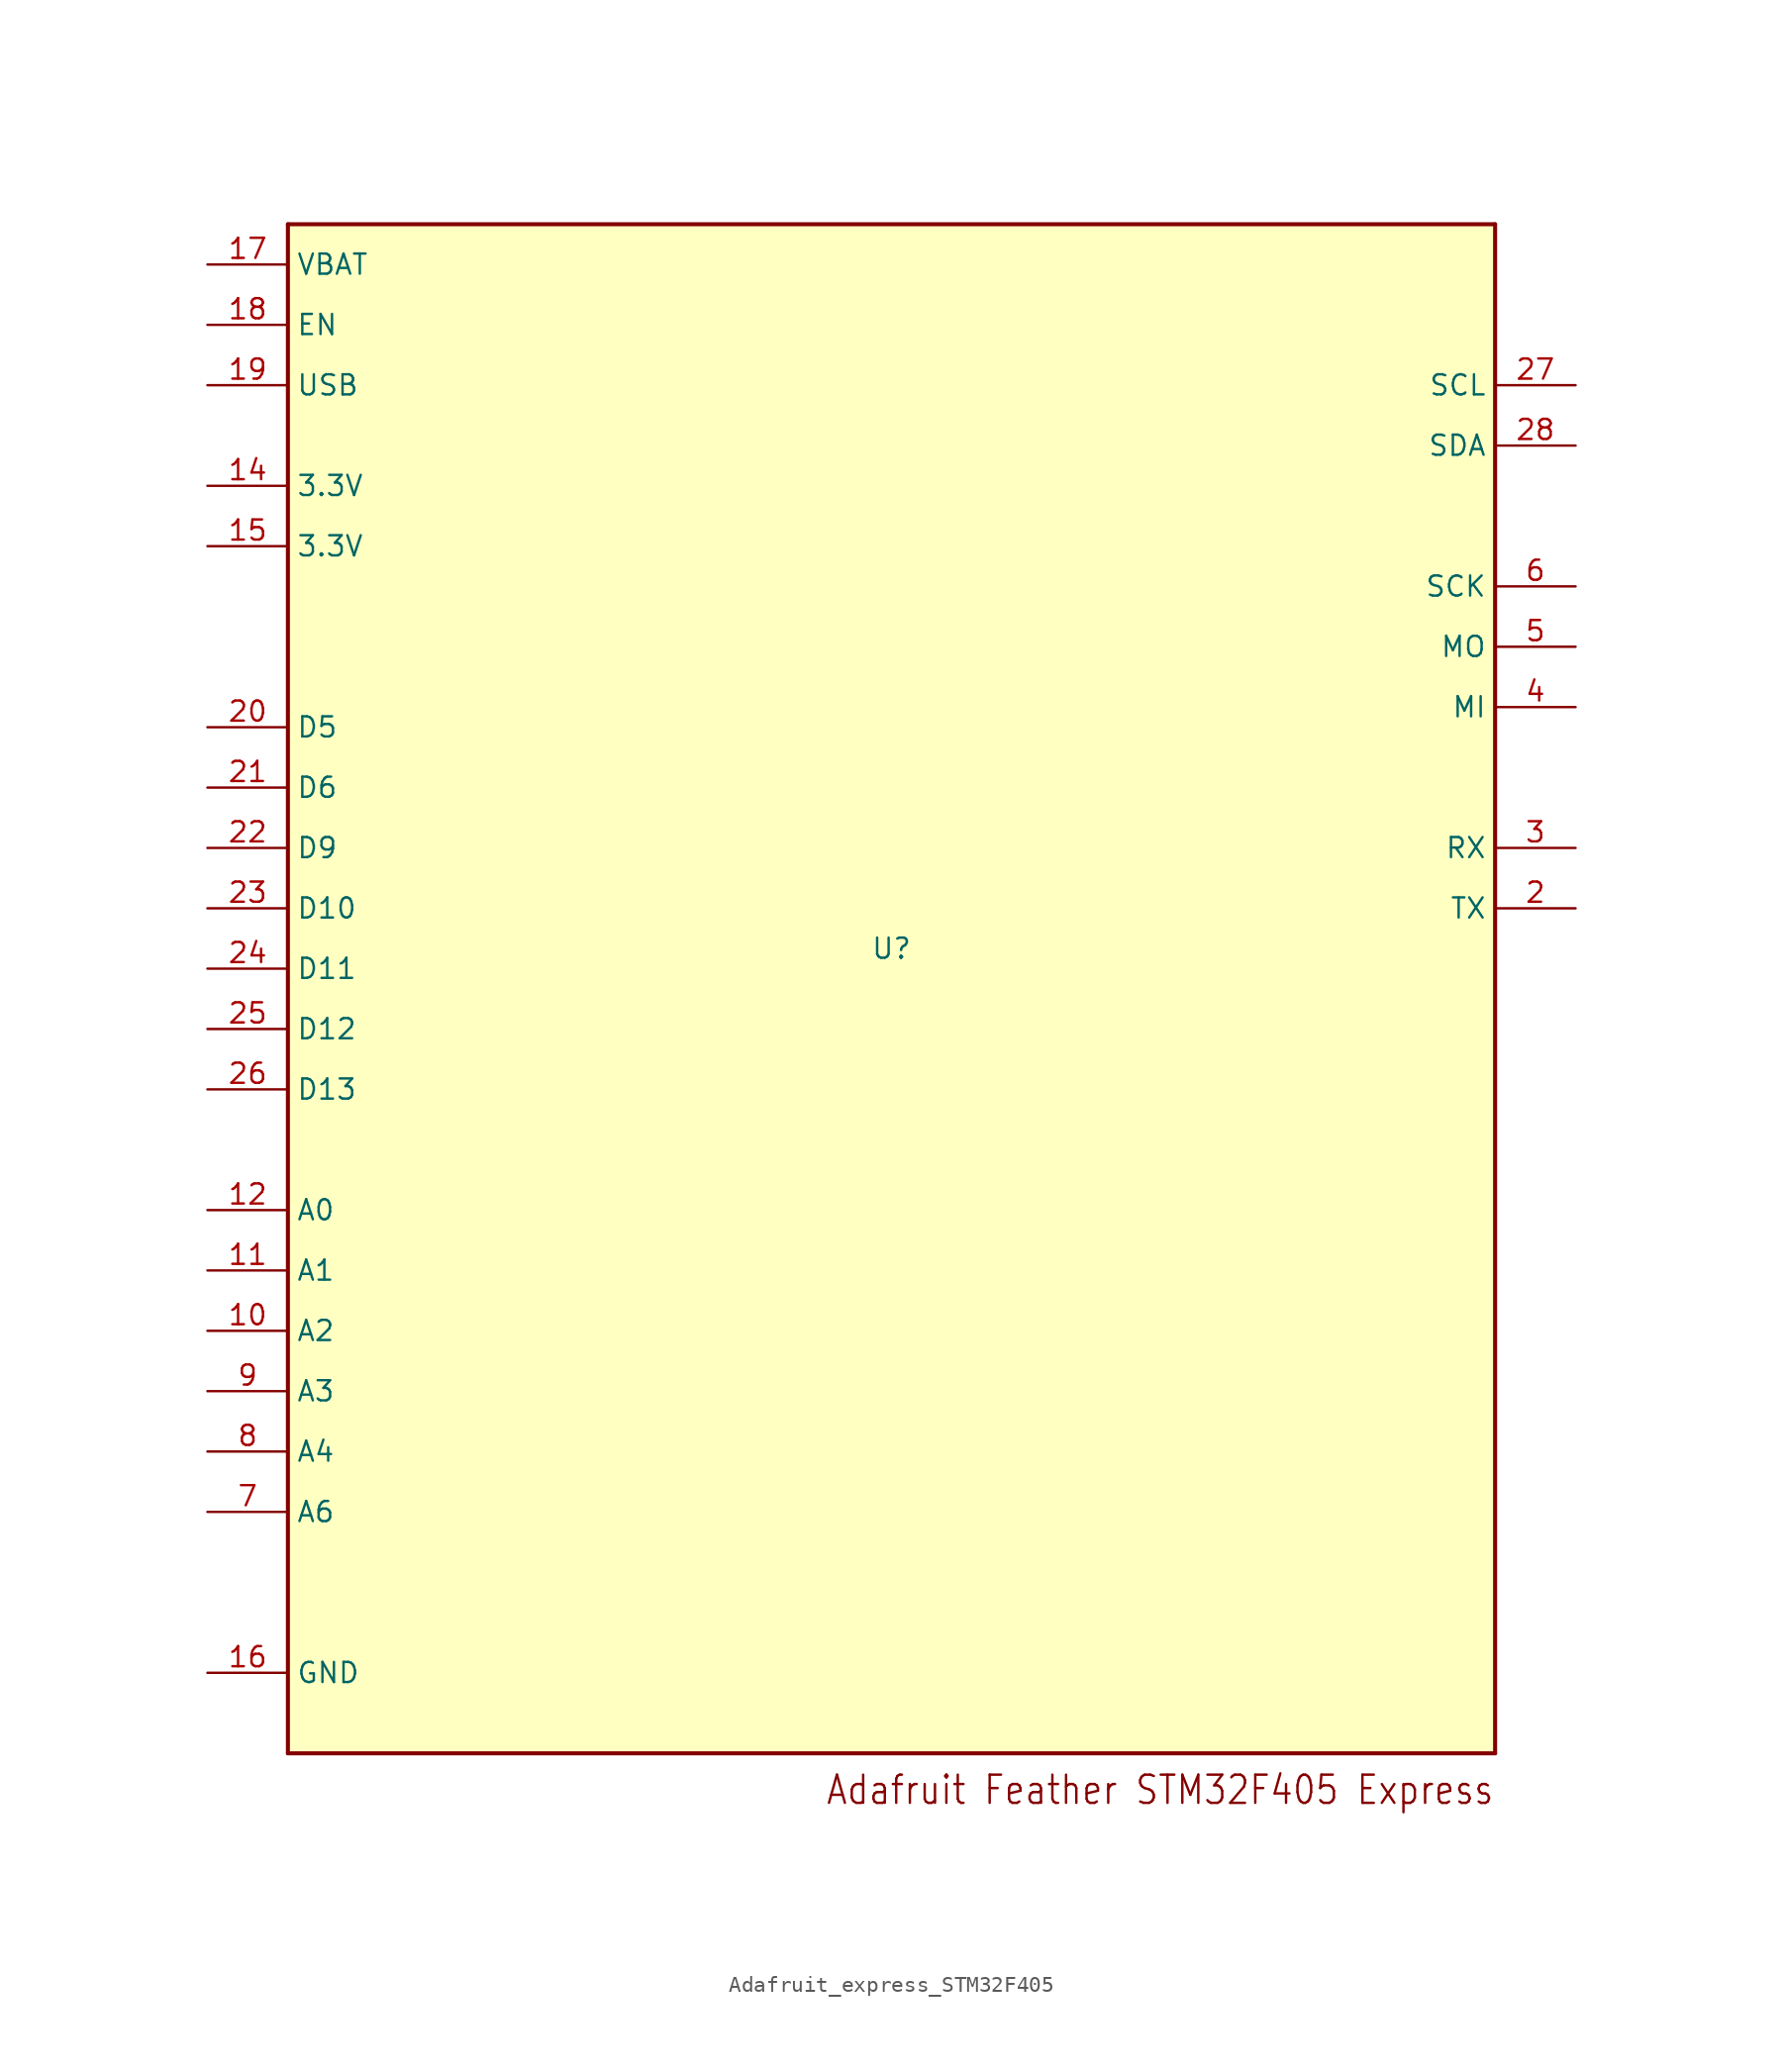
<source format=kicad_sym>
(kicad_symbol_lib
  (version 20220914)
  (generator kicad_symbol_editor)
  (symbol "Adafruit_express_STM32F405"
    (property "Reference" "U"
      (at 0 0 0)
      (effects (font (size 1.27 1.27))))
    (property "Value" ""
      (at 0 0 0)
      (effects (font (size 1.27 1.27))))
    (symbol "Adafruit_express_STM32F405_1_0"
      (polyline (pts (xy -38.1 -50.8) (xy -38.1 45.72)) (stroke (width 0.254) (type solid)) (fill (type none)))
      (polyline (pts (xy -38.1 45.72) (xy 38.1 45.72)) (stroke (width 0.254) (type solid)) (fill (type none)))
      (polyline (pts (xy 38.1 -50.8) (xy -38.1 -50.8)) (stroke (width 0.254) (type solid)) (fill (type none)))
      (polyline (pts (xy 38.1 45.72) (xy 38.1 -50.8)) (stroke (width 0.254) (type solid)) (fill (type none)))
      (text "Adafruit Feather STM32F405 Express\n" (at 38.1 -52.07 0) (effects (font (size 1.778 1.511)) (justify right top)))
      (pin bidirectional line (at -43.18 -24.13 0) (length 5.08) (name "A2" (effects (font (size 1.27 1.27)))) (number "10" (effects (font (size 1.27 1.27)))))
      (pin bidirectional line (at -43.18 -20.32 0) (length 5.08) (name "A1" (effects (font (size 1.27 1.27)))) (number "11" (effects (font (size 1.27 1.27)))))
      (pin bidirectional line (at -43.18 -16.51 0) (length 5.08) (name "A0" (effects (font (size 1.27 1.27)))) (number "12" (effects (font (size 1.27 1.27)))))
      (pin bidirectional line (at -43.18 29.21 0) (length 5.08) (name "3.3V" (effects (font (size 1.27 1.27)))) (number "14" (effects (font (size 1.27 1.27)))))
      (pin bidirectional line (at -43.18 25.4 0) (length 5.08) (name "3.3V" (effects (font (size 1.27 1.27)))) (number "15" (effects (font (size 1.27 1.27)))))
      (pin bidirectional line (at -43.18 -45.72 0) (length 5.08) (name "GND" (effects (font (size 1.27 1.27)))) (number "16" (effects (font (size 1.27 1.27)))))
      (pin bidirectional line (at -43.18 43.18 0) (length 5.08) (name "VBAT" (effects (font (size 1.27 1.27)))) (number "17" (effects (font (size 1.27 1.27)))))
      (pin bidirectional line (at -43.18 39.37 0) (length 5.08) (name "EN" (effects (font (size 1.27 1.27)))) (number "18" (effects (font (size 1.27 1.27)))))
      (pin bidirectional line (at -43.18 35.56 0) (length 5.08) (name "USB" (effects (font (size 1.27 1.27)))) (number "19" (effects (font (size 1.27 1.27)))))
      (pin bidirectional line (at 43.18 2.54 180) (length 5.08) (name "TX" (effects (font (size 1.27 1.27)))) (number "2" (effects (font (size 1.27 1.27)))))
      (pin bidirectional line (at -43.18 13.97 0) (length 5.08) (name "D5" (effects (font (size 1.27 1.27)))) (number "20" (effects (font (size 1.27 1.27)))))
      (pin bidirectional line (at -43.18 10.16 0) (length 5.08) (name "D6" (effects (font (size 1.27 1.27)))) (number "21" (effects (font (size 1.27 1.27)))))
      (pin bidirectional line (at -43.18 6.35 0) (length 5.08) (name "D9" (effects (font (size 1.27 1.27)))) (number "22" (effects (font (size 1.27 1.27)))))
      (pin bidirectional line (at -43.18 2.54 0) (length 5.08) (name "D10" (effects (font (size 1.27 1.27)))) (number "23" (effects (font (size 1.27 1.27)))))
      (pin bidirectional line (at -43.18 -1.27 0) (length 5.08) (name "D11" (effects (font (size 1.27 1.27)))) (number "24" (effects (font (size 1.27 1.27)))))
      (pin bidirectional line (at -43.18 -5.08 0) (length 5.08) (name "D12" (effects (font (size 1.27 1.27)))) (number "25" (effects (font (size 1.27 1.27)))))
      (pin bidirectional line (at -43.18 -8.89 0) (length 5.08) (name "D13" (effects (font (size 1.27 1.27)))) (number "26" (effects (font (size 1.27 1.27)))))
      (pin bidirectional line (at 43.18 35.56 180) (length 5.08) (name "SCL" (effects (font (size 1.27 1.27)))) (number "27" (effects (font (size 1.27 1.27)))))
      (pin bidirectional line (at 43.18 31.75 180) (length 5.08) (name "SDA" (effects (font (size 1.27 1.27)))) (number "28" (effects (font (size 1.27 1.27)))))
      (pin bidirectional line (at 43.18 6.35 180) (length 5.08) (name "RX" (effects (font (size 1.27 1.27)))) (number "3" (effects (font (size 1.27 1.27)))))
      (pin bidirectional line (at 43.18 15.24 180) (length 5.08) (name "MI" (effects (font (size 1.27 1.27)))) (number "4" (effects (font (size 1.27 1.27)))))
      (pin bidirectional line (at 43.18 19.05 180) (length 5.08) (name "MO" (effects (font (size 1.27 1.27)))) (number "5" (effects (font (size 1.27 1.27)))))
      (pin bidirectional line (at 43.18 22.86 180) (length 5.08) (name "SCK" (effects (font (size 1.27 1.27)))) (number "6" (effects (font (size 1.27 1.27)))))
      (pin bidirectional line (at -43.18 -35.56 0) (length 5.08) (name "A6" (effects (font (size 1.27 1.27)))) (number "7" (effects (font (size 1.27 1.27)))))
      (pin bidirectional line (at -43.18 -31.75 0) (length 5.08) (name "A4" (effects (font (size 1.27 1.27)))) (number "8" (effects (font (size 1.27 1.27)))))
      (pin bidirectional line (at -43.18 -27.94 0) (length 5.08) (name "A3" (effects (font (size 1.27 1.27)))) (number "9" (effects (font (size 1.27 1.27))))))
    (symbol "Adafruit_express_STM32F405_1_1"
      (rectangle (start -38.1 45.72) (end 38.1 -50.8) (stroke (width 0) (type default)) (fill (type background))))))
</source>
